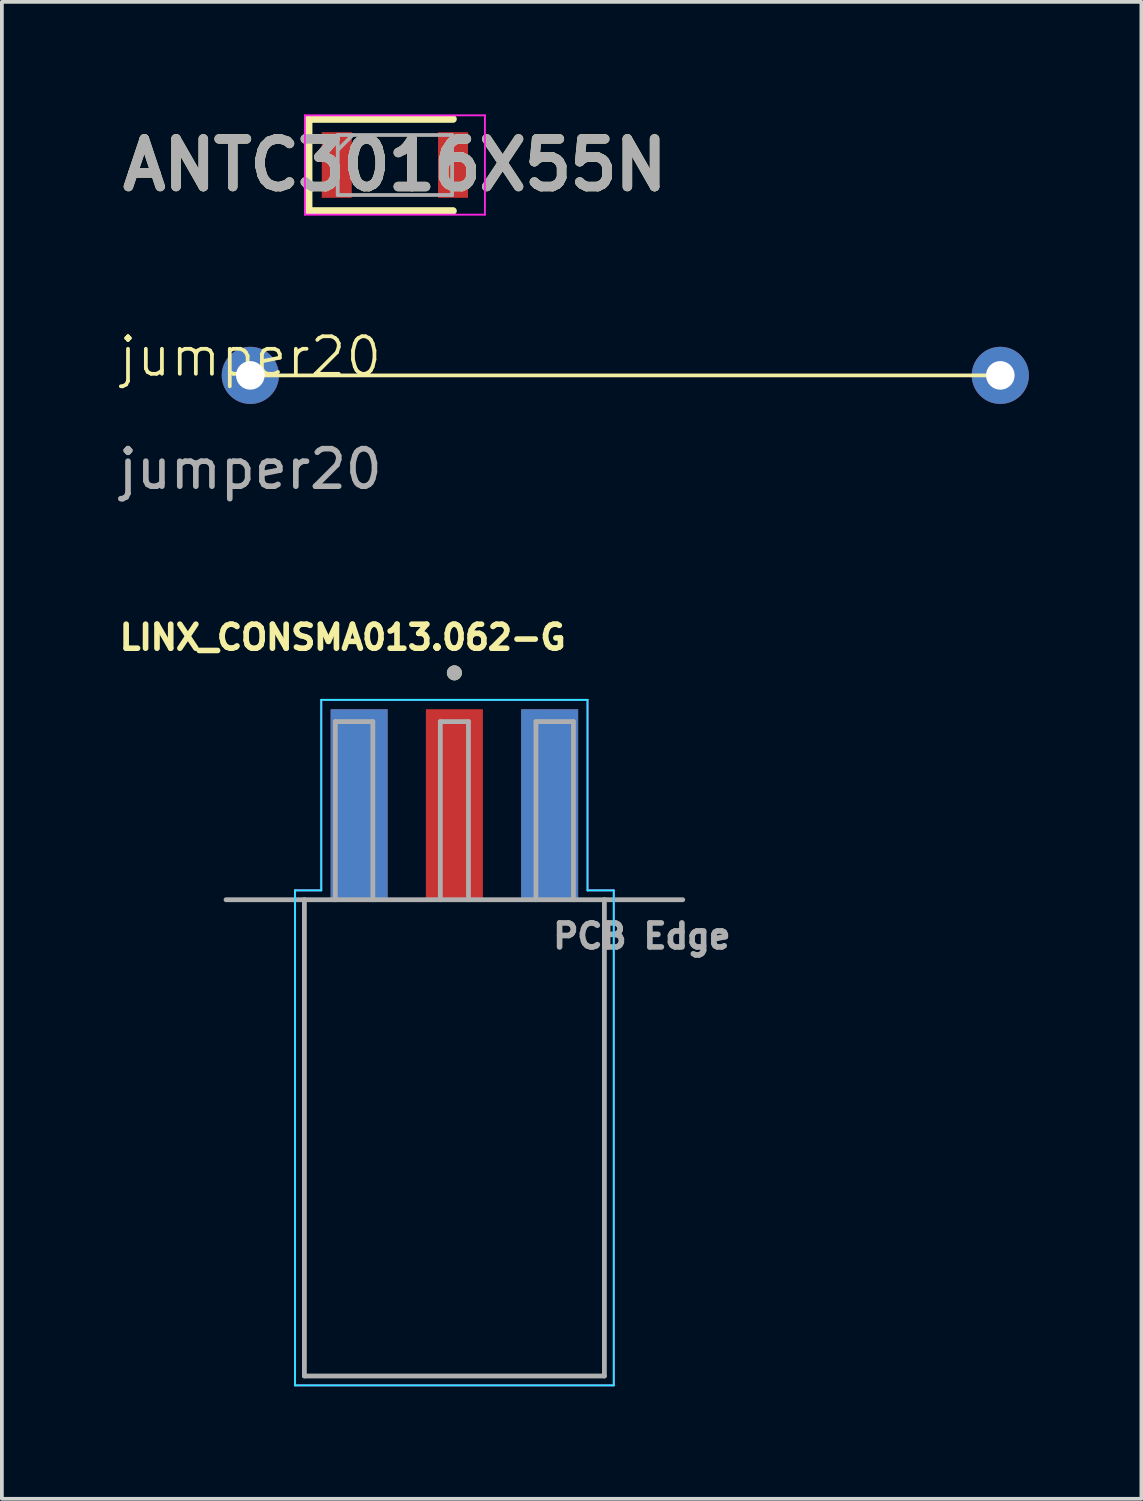
<source format=kicad_pcb>
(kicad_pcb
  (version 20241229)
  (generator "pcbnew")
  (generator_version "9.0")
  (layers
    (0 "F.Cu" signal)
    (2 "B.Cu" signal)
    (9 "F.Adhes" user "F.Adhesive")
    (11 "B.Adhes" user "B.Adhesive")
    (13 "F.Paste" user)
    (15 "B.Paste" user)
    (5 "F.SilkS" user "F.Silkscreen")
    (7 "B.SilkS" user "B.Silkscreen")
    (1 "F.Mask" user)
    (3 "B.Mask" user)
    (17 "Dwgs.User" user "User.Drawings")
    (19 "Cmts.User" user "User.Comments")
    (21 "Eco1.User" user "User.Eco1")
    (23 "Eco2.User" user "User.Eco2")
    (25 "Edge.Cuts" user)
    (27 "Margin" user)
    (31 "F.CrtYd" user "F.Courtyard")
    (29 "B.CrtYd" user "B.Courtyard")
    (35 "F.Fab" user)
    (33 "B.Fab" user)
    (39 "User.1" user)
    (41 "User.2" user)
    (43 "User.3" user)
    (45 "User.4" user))
  (footprint "ANTC3016X55N"
    (layer "F.Cu")
    (at 7.481 1.35)
    (property "Reference" "ANTC3016X55N" (at 0 0 0) (layer "F.SilkS") (effects (font (size 1.27 1.27) (thickness 0.254))))
    (attr smd)
    (fp_line (start -2.3 -1.225) (end -2.3 1.225) (stroke (width 0.2) (type solid)) (layer "F.SilkS"))
    (fp_line (start -2.3 1.225) (end 1.55 1.225) (stroke (width 0.2) (type solid)) (layer "F.SilkS"))
    (fp_line (start 1.55 -1.225) (end -2.3 -1.225) (stroke (width 0.2) (type solid)) (layer "F.SilkS"))
    (fp_line (start -2.4 -1.325) (end 2.4 -1.325) (stroke (width 0.05) (type solid)) (layer "F.CrtYd"))
    (fp_line (start -2.4 1.325) (end -2.4 -1.325) (stroke (width 0.05) (type solid)) (layer "F.CrtYd"))
    (fp_line (start 2.4 -1.325) (end 2.4 1.325) (stroke (width 0.05) (type solid)) (layer "F.CrtYd"))
    (fp_line (start 2.4 1.325) (end -2.4 1.325) (stroke (width 0.05) (type solid)) (layer "F.CrtYd"))
    (fp_line (start -1.525 -0.8) (end 1.525 -0.8) (stroke (width 0.1) (type solid)) (layer "F.Fab"))
    (fp_line (start -1.525 -0.4) (end -1.125 -0.8) (stroke (width 0.1) (type solid)) (layer "F.Fab"))
    (fp_line (start -1.525 0.8) (end -1.525 -0.8) (stroke (width 0.1) (type solid)) (layer "F.Fab"))
    (fp_line (start 1.525 -0.8) (end 1.525 0.8) (stroke (width 0.1) (type solid)) (layer "F.Fab"))
    (fp_line (start 1.525 0.8) (end -1.525 0.8) (stroke (width 0.1) (type solid)) (layer "F.Fab"))
    (fp_text user "${REFERENCE}" (at 0 0 0) (layer "F.Fab") (effects (font (size 1.27 1.27) (thickness 0.254))))
    (pad "1" smd rect (at -1.55 0) (size 0.8 1.75) (layers "F.Cu" "F.Mask" "F.Paste"))
    (pad "2" smd rect (at 1.55 0) (size 0.8 1.75) (layers "F.Cu" "F.Mask" "F.Paste")))
  (footprint "jumper20"
    (layer "F.Cu")
    (at 3.625 6.96)
    (property "Reference" "jumper20" (at 0 -0.5 0) (unlocked yes) (layer "F.SilkS") (effects (font (size 1 1) (thickness 0.1))))
    (attr through_hole)
    (fp_line (start 20 0) (end 0 0) (stroke (width 0.1) (type default)) (layer "F.SilkS"))
    (fp_text user "${REFERENCE}" (at 0 2.5 0) (unlocked yes) (layer "F.Fab") (effects (font (size 1 1) (thickness 0.15))))
    (pad "1" thru_hole circle (at 0 0) (size 1.524 1.524) (drill 0.762) (layers "*.Cu" "*.Mask"))
    (pad "2" thru_hole circle (at 20 0) (size 1.524 1.524) (drill 0.762) (layers "*.Cu" "*.Mask")))
  (footprint "LINX_CONSMA013.062-G"
    (layer "F.Cu")
    (at 9.067 20.943)
    (property "Reference" "LINX_CONSMA013.062-G" (at -2.978 -6.996 0) (layer "F.SilkS") (effects (font (size 0.64 0.64) (thickness 0.15))))
    (attr smd)
    (fp_circle (center 0 -6.05) (end 0.1 -6.05) (stroke (width 0.2) (type solid)) (fill no) (layer "F.SilkS"))
    (fp_line (start -4.25 -0.25) (end -4.25 12.95) (stroke (width 0.05) (type solid)) (layer "B.CrtYd"))
    (fp_line (start -4.25 12.95) (end 4.25 12.95) (stroke (width 0.05) (type solid)) (layer "B.CrtYd"))
    (fp_line (start -3.55 -5.33) (end -3.55 -0.25) (stroke (width 0.05) (type solid)) (layer "B.CrtYd"))
    (fp_line (start -3.55 -0.25) (end -4.25 -0.25) (stroke (width 0.05) (type solid)) (layer "B.CrtYd"))
    (fp_line (start 3.55 -5.33) (end -3.55 -5.33) (stroke (width 0.05) (type solid)) (layer "B.CrtYd"))
    (fp_line (start 3.55 -0.25) (end 3.55 -5.33) (stroke (width 0.05) (type solid)) (layer "B.CrtYd"))
    (fp_line (start 4.25 -0.25) (end 3.55 -0.25) (stroke (width 0.05) (type solid)) (layer "B.CrtYd"))
    (fp_line (start 4.25 12.95) (end 4.25 -0.25) (stroke (width 0.05) (type solid)) (layer "B.CrtYd"))
    (fp_line (start -4.25 -0.25) (end -4.25 12.95) (stroke (width 0.05) (type solid)) (layer "F.CrtYd"))
    (fp_line (start -4.25 12.95) (end 4.25 12.95) (stroke (width 0.05) (type solid)) (layer "F.CrtYd"))
    (fp_line (start -3.55 -5.33) (end -3.55 -0.25) (stroke (width 0.05) (type solid)) (layer "F.CrtYd"))
    (fp_line (start -3.55 -0.25) (end -4.25 -0.25) (stroke (width 0.05) (type solid)) (layer "F.CrtYd"))
    (fp_line (start 3.55 -5.33) (end -3.55 -5.33) (stroke (width 0.05) (type solid)) (layer "F.CrtYd"))
    (fp_line (start 3.55 -0.25) (end 3.55 -5.33) (stroke (width 0.05) (type solid)) (layer "F.CrtYd"))
    (fp_line (start 4.25 -0.25) (end 3.55 -0.25) (stroke (width 0.05) (type solid)) (layer "F.CrtYd"))
    (fp_line (start 4.25 12.95) (end 4.25 -0.25) (stroke (width 0.05) (type solid)) (layer "F.CrtYd"))
    (fp_line (start -6.09 0) (end -4 0) (stroke (width 0.127) (type solid)) (layer "F.Fab"))
    (fp_line (start -4 12.7) (end -4 0) (stroke (width 0.127) (type solid)) (layer "F.Fab"))
    (fp_line (start -4 12.7) (end 4 12.7) (stroke (width 0.127) (type solid)) (layer "F.Fab"))
    (fp_line (start -3.175 -4.75) (end -3.175 0) (stroke (width 0.127) (type solid)) (layer "F.Fab"))
    (fp_line (start -3.175 0) (end -4 0) (stroke (width 0.127) (type solid)) (layer "F.Fab"))
    (fp_line (start -3.175 0) (end -2.175 0) (stroke (width 0.127) (type solid)) (layer "F.Fab"))
    (fp_line (start -2.175 -4.75) (end -3.175 -4.75) (stroke (width 0.127) (type solid)) (layer "F.Fab"))
    (fp_line (start -2.175 0) (end -2.175 -4.75) (stroke (width 0.127) (type solid)) (layer "F.Fab"))
    (fp_line (start -2.175 0) (end -0.375 0) (stroke (width 0.127) (type solid)) (layer "F.Fab"))
    (fp_line (start -0.375 -4.75) (end 0.375 -4.75) (stroke (width 0.127) (type solid)) (layer "F.Fab"))
    (fp_line (start -0.375 0) (end -0.375 -4.75) (stroke (width 0.127) (type solid)) (layer "F.Fab"))
    (fp_line (start -0.375 0) (end 0.375 0) (stroke (width 0.127) (type solid)) (layer "F.Fab"))
    (fp_line (start 0.375 -4.75) (end 0.375 0) (stroke (width 0.127) (type solid)) (layer "F.Fab"))
    (fp_line (start 0.375 0) (end 2.175 0) (stroke (width 0.127) (type solid)) (layer "F.Fab"))
    (fp_line (start 2.175 -4.75) (end 3.175 -4.75) (stroke (width 0.127) (type solid)) (layer "F.Fab"))
    (fp_line (start 2.175 0) (end 2.175 -4.75) (stroke (width 0.127) (type solid)) (layer "F.Fab"))
    (fp_line (start 2.175 0) (end 3.175 0) (stroke (width 0.127) (type solid)) (layer "F.Fab"))
    (fp_line (start 3.175 -4.75) (end 3.175 0) (stroke (width 0.127) (type solid)) (layer "F.Fab"))
    (fp_line (start 3.175 0) (end 4 0) (stroke (width 0.127) (type solid)) (layer "F.Fab"))
    (fp_line (start 4 0) (end 4 12.7) (stroke (width 0.127) (type solid)) (layer "F.Fab"))
    (fp_line (start 4 0) (end 6.09 0) (stroke (width 0.127) (type solid)) (layer "F.Fab"))
    (fp_circle (center 0 -6.05) (end 0.1 -6.05) (stroke (width 0.2) (type solid)) (fill no) (layer "F.Fab"))
    (fp_text user "PCB Edge" (at 5 0.97 0) (layer "F.Fab") (effects (font (size 0.64 0.64) (thickness 0.15))))
    (pad "1" smd rect (at 0 -2.54) (size 1.52 5.08) (layers "F.Cu" "F.Mask" "F.Paste"))
    (pad "S1" smd rect (at -2.54 -2.54) (size 1.52 5.08) (layers "F.Cu" "F.Mask" "F.Paste"))
    (pad "S2" smd rect (at 2.54 -2.54) (size 1.52 5.08) (layers "F.Cu" "F.Mask" "F.Paste"))
    (pad "S3" smd rect (at -2.54 -2.54) (size 1.52 5.08) (layers "B.Cu" "B.Mask" "B.Paste"))
    (pad "S4" smd rect (at 2.54 -2.54) (size 1.52 5.08) (layers "B.Cu" "B.Mask" "B.Paste")))
  (gr_rect
    (start -3 -3)
    (end 27.387 36.918)
    (stroke (width 0.1) (type default))
    (fill no)
    (layer "Edge.Cuts")))
</source>
